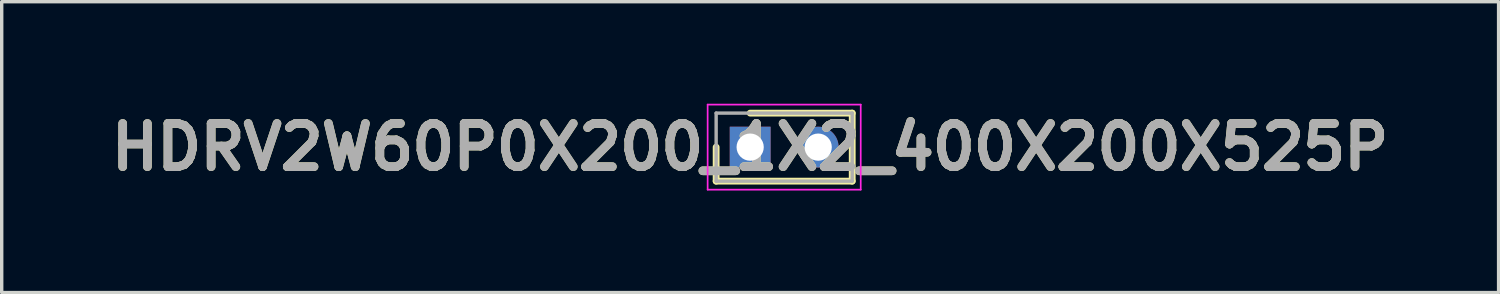
<source format=kicad_pcb>
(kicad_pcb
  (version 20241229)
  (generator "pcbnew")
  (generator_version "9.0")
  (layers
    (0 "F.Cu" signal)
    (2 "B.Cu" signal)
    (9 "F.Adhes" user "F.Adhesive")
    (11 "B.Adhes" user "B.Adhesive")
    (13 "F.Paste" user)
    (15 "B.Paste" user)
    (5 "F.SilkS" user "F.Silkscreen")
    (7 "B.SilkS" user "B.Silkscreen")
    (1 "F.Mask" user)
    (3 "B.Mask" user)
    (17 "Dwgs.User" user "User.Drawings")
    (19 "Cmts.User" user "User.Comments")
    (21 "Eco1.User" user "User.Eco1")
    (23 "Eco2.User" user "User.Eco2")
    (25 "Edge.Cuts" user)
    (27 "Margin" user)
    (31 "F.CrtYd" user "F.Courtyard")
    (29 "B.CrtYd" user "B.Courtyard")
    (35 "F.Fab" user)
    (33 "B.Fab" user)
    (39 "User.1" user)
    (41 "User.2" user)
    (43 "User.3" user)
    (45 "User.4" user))
  (footprint "HDRV2W60P0X200_1X2_400X200X525P"
    (layer "F.Cu")
    (at 19.002 1.275)
    (property "Reference" "HDRV2W60P0X200_1X2_400X200X525P" (at 0 0 0) (layer "F.SilkS") (effects (font (size 1.27 1.27) (thickness 0.254))))
    (attr through_hole)
    (fp_line (start -1 0) (end -1 1) (stroke (width 0.2) (type solid)) (layer "F.SilkS"))
    (fp_line (start -1 1) (end 3 1) (stroke (width 0.2) (type solid)) (layer "F.SilkS"))
    (fp_line (start 3 -1) (end 0 -1) (stroke (width 0.2) (type solid)) (layer "F.SilkS"))
    (fp_line (start 3 1) (end 3 -1) (stroke (width 0.2) (type solid)) (layer "F.SilkS"))
    (fp_line (start -1.25 -1.25) (end 3.25 -1.25) (stroke (width 0.05) (type solid)) (layer "F.CrtYd"))
    (fp_line (start -1.25 1.25) (end -1.25 -1.25) (stroke (width 0.05) (type solid)) (layer "F.CrtYd"))
    (fp_line (start 3.25 -1.25) (end 3.25 1.25) (stroke (width 0.05) (type solid)) (layer "F.CrtYd"))
    (fp_line (start 3.25 1.25) (end -1.25 1.25) (stroke (width 0.05) (type solid)) (layer "F.CrtYd"))
    (fp_line (start -1 -1) (end 3 -1) (stroke (width 0.1) (type solid)) (layer "F.Fab"))
    (fp_line (start -1 1) (end -1 -1) (stroke (width 0.1) (type solid)) (layer "F.Fab"))
    (fp_line (start 3 -1) (end 3 1) (stroke (width 0.1) (type solid)) (layer "F.Fab"))
    (fp_line (start 3 1) (end -1 1) (stroke (width 0.1) (type solid)) (layer "F.Fab"))
    (fp_text user "${REFERENCE}" (at 0 0 0) (layer "F.Fab") (effects (font (size 1.27 1.27) (thickness 0.254))))
    (pad "1" thru_hole rect (at 0 0) (size 1.2 1.2) (drill 0.8) (layers "*.Cu" "*.Mask"))
    (pad "2" thru_hole circle (at 2 0) (size 1.2 1.2) (drill 0.8) (layers "*.Cu" "*.Mask")))
  (gr_rect
    (start -3 -3)
    (end 41.003 5.55)
    (stroke (width 0.1) (type default))
    (fill no)
    (layer "Edge.Cuts")))
</source>
